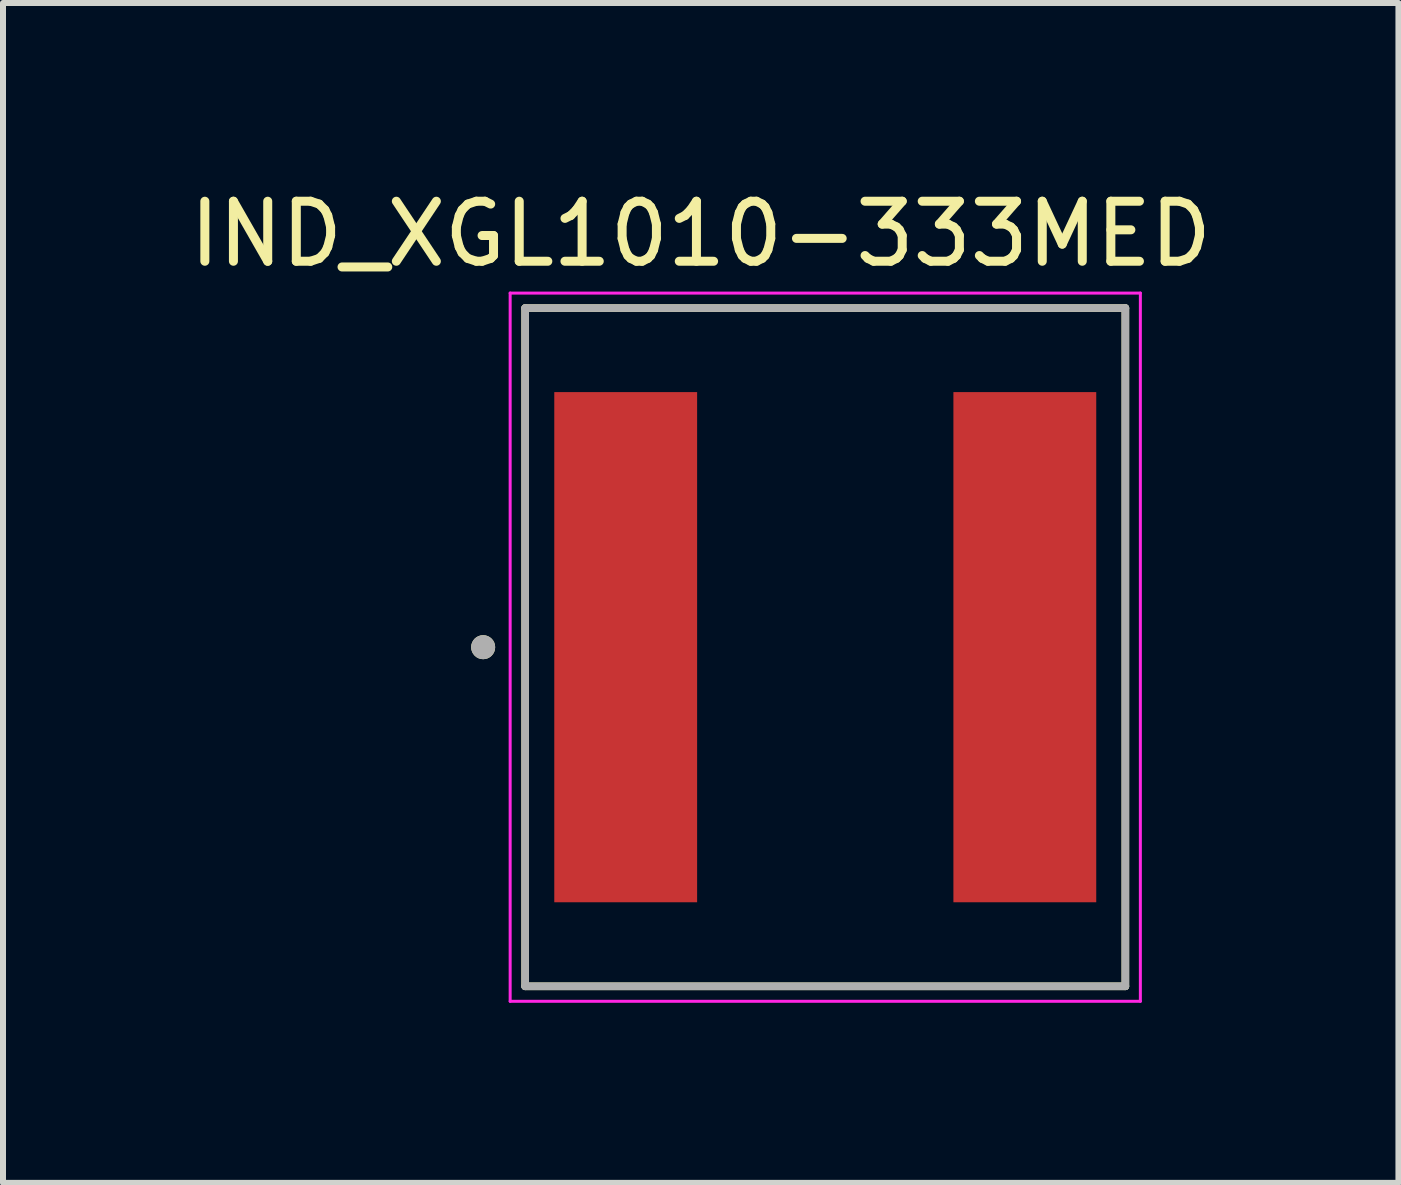
<source format=kicad_pcb>
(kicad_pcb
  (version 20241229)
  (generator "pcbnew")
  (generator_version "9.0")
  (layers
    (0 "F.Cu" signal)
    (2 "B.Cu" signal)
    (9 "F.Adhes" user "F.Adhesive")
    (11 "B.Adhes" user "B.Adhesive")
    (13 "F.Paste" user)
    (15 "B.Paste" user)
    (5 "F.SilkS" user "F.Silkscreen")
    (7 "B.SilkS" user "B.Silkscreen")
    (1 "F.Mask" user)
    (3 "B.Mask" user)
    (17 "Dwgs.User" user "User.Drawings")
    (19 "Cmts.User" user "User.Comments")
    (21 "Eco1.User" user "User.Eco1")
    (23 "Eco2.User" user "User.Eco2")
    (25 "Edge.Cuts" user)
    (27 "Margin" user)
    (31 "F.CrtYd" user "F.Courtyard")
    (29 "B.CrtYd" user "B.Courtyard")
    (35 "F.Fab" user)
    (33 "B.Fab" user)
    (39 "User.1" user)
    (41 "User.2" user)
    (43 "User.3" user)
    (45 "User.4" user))
  (footprint "IND_XGL1010-333MED"
    (layer "F.Cu")
    (at 10.7 7.733)
    (property "Reference" "IND_XGL1010-333MED" (at -2.075 -6.885 0) (layer "F.SilkS") (effects (font (size 1 1) (thickness 0.15))))
    (attr smd)
    (fp_line (start -5 -5.65) (end 5 -5.65) (stroke (width 0.127) (type solid)) (layer "F.SilkS"))
    (fp_line (start -5 5.65) (end -5 -5.65) (stroke (width 0.127) (type solid)) (layer "F.SilkS"))
    (fp_line (start 5 -5.65) (end 5 5.65) (stroke (width 0.127) (type solid)) (layer "F.SilkS"))
    (fp_line (start 5 5.65) (end -5 5.65) (stroke (width 0.127) (type solid)) (layer "F.SilkS"))
    (fp_circle (center -5.7 0) (end -5.6 0) (stroke (width 0.2) (type solid)) (fill no) (layer "F.SilkS"))
    (fp_line (start -5.25 -5.9) (end -5.25 5.9) (stroke (width 0.05) (type solid)) (layer "F.CrtYd"))
    (fp_line (start -5.25 5.9) (end 5.25 5.9) (stroke (width 0.05) (type solid)) (layer "F.CrtYd"))
    (fp_line (start 5.25 -5.9) (end -5.25 -5.9) (stroke (width 0.05) (type solid)) (layer "F.CrtYd"))
    (fp_line (start 5.25 5.9) (end 5.25 -5.9) (stroke (width 0.05) (type solid)) (layer "F.CrtYd"))
    (fp_line (start -5 -5.65) (end 5 -5.65) (stroke (width 0.127) (type solid)) (layer "F.Fab"))
    (fp_line (start -5 5.65) (end -5 -5.65) (stroke (width 0.127) (type solid)) (layer "F.Fab"))
    (fp_line (start 5 -5.65) (end 5 5.65) (stroke (width 0.127) (type solid)) (layer "F.Fab"))
    (fp_line (start 5 5.65) (end -5 5.65) (stroke (width 0.127) (type solid)) (layer "F.Fab"))
    (fp_circle (center -5.7 0) (end -5.6 0) (stroke (width 0.2) (type solid)) (fill no) (layer "F.Fab"))
    (pad "1" smd rect (at -3.325 0) (size 2.38 8.5) (layers "F.Cu" "F.Mask" "F.Paste"))
    (pad "2" smd rect (at 3.325 0) (size 2.38 8.5) (layers "F.Cu" "F.Mask" "F.Paste")))
  (gr_rect
    (start -3 -3)
    (end 20.25 16.658)
    (stroke (width 0.1) (type default))
    (fill no)
    (layer "Edge.Cuts")))
</source>
